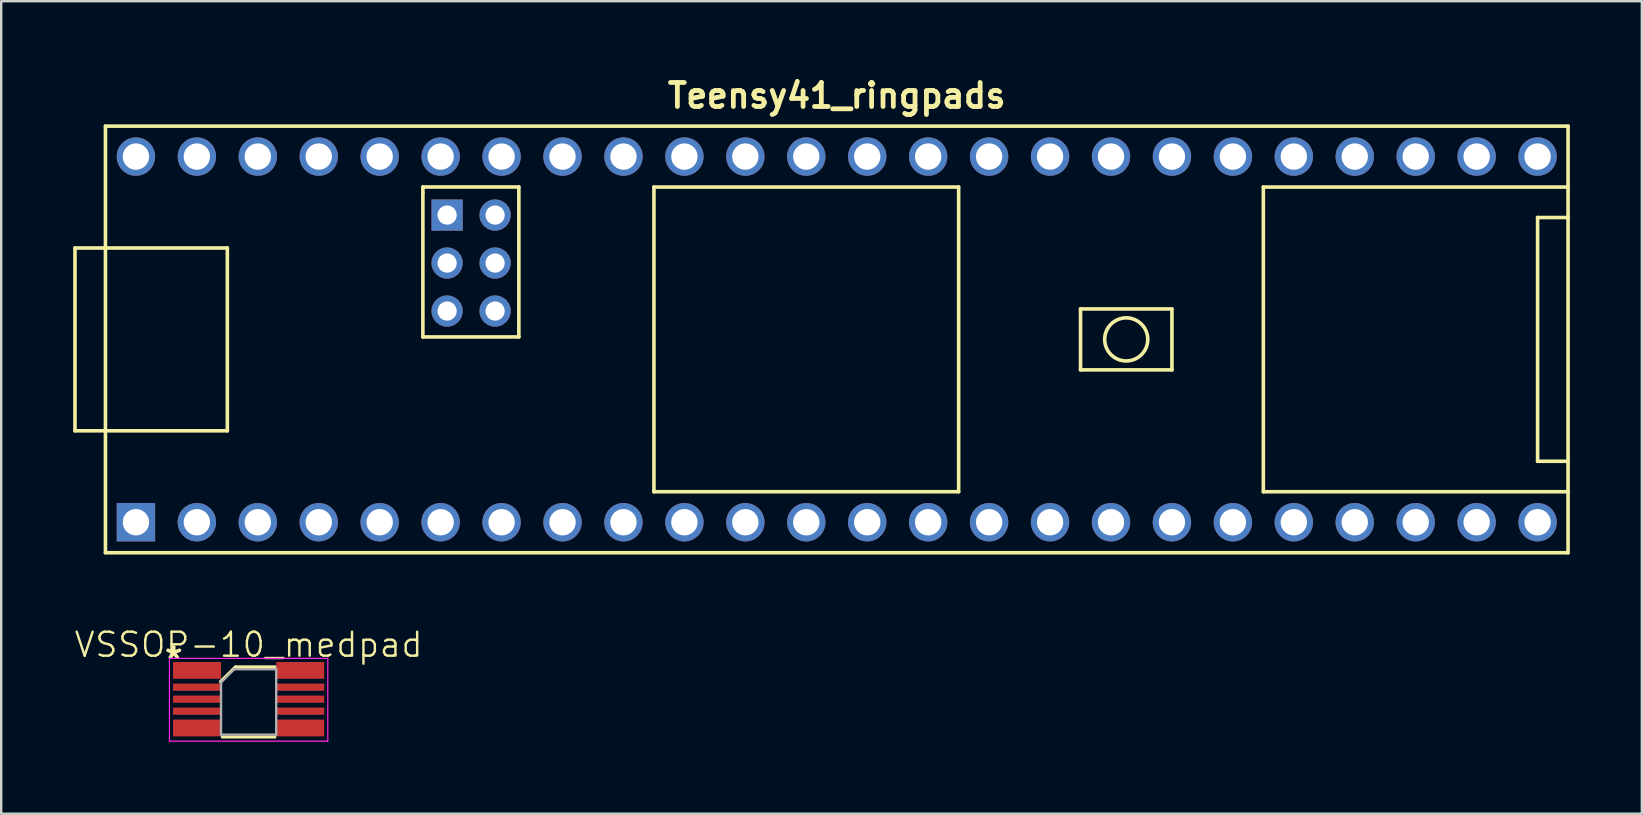
<source format=kicad_pcb>
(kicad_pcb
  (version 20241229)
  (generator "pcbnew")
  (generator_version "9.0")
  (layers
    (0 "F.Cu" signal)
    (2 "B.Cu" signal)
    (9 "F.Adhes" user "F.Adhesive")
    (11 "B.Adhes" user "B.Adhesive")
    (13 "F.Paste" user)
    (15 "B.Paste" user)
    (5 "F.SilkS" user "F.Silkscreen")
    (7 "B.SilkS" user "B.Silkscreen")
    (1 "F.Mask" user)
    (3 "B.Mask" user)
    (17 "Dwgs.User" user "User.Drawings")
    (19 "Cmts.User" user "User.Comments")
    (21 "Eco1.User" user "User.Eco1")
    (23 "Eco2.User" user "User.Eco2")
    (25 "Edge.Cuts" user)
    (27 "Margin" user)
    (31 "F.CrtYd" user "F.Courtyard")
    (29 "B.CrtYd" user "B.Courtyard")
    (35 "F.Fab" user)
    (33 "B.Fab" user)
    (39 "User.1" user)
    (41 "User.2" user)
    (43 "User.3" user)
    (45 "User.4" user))
  (footprint "VSSOP-10_medpad"
    (layer "F.Cu")
    (at 7.312 26.091)
    (property "Reference" "VSSOP-10_medpad" (at 0 -2.27 0) (unlocked yes) (layer "F.SilkS") (effects (font (size 1 1) (thickness 0.1) (bold yes))))
    (attr smd)
    (fp_line (start -1.18 -0.73) (end -0.55 -1.35) (stroke (width 0.12) (type solid)) (layer "F.SilkS"))
    (fp_line (start 1.1 -1.35) (end -0.55 -1.35) (stroke (width 0.12) (type solid)) (layer "F.SilkS"))
    (fp_line (start 1.1 1.58) (end -1.1 1.58) (stroke (width 0.12) (type solid)) (layer "F.SilkS"))
    (fp_line (start -3.3 -1.7) (end 3.3 -1.7) (stroke (width 0.05) (type solid)) (layer "F.CrtYd"))
    (fp_line (start -3.3 1.75) (end -3.3 -1.7) (stroke (width 0.05) (type solid)) (layer "F.CrtYd"))
    (fp_line (start 3.3 -1.7) (end 3.3 1.75) (stroke (width 0.05) (type solid)) (layer "F.CrtYd"))
    (fp_line (start 3.3 1.75) (end -3.3 1.75) (stroke (width 0.05) (type solid)) (layer "F.CrtYd"))
    (fp_line (start -1.15 1.48) (end -1.15 -0.7) (stroke (width 0.1) (type solid)) (layer "F.Fab"))
    (fp_line (start -0.6 -1.25) (end -1.15 -0.7) (stroke (width 0.1) (type solid)) (layer "F.Fab"))
    (fp_line (start -0.6 -1.25) (end 1.15 -1.25) (stroke (width 0.1) (type solid)) (layer "F.Fab"))
    (fp_line (start 1.15 -1.25) (end 1.15 1.48) (stroke (width 0.1) (type solid)) (layer "F.Fab"))
    (fp_line (start 1.15 1.48) (end -1.15 1.48) (stroke (width 0.1) (type solid)) (layer "F.Fab"))
    (fp_text user "*" (at -3.6 -1.05 0) (unlocked yes) (layer "F.SilkS") (effects (font (size 1 1) (thickness 0.15)) (justify left bottom)))
    (pad "1" smd rect (at -2.15 -1.2 270) (size 0.7 2) (layers "F.Cu" "F.Mask" "F.Paste"))
    (pad "2" smd rect (at -2.15 -0.5 270) (size 0.3 2) (layers "F.Cu" "F.Mask" "F.Paste"))
    (pad "3" smd rect (at -2.15 0 270) (size 0.3 2) (layers "F.Cu" "F.Mask" "F.Paste"))
    (pad "4" smd rect (at -2.15 0.5 270) (size 0.3 2) (layers "F.Cu" "F.Mask" "F.Paste"))
    (pad "5" smd rect (at -2.15 1.2 270) (size 0.7 2) (layers "F.Cu" "F.Mask" "F.Paste"))
    (pad "6" smd rect (at 2.15 1.2 270) (size 0.7 2) (layers "F.Cu" "F.Mask" "F.Paste"))
    (pad "7" smd rect (at 2.15 0.5 270) (size 0.3 2) (layers "F.Cu" "F.Mask" "F.Paste"))
    (pad "8" smd rect (at 2.15 0 270) (size 0.3 2) (layers "F.Cu" "F.Mask" "F.Paste"))
    (pad "9" smd rect (at 2.15 -0.5 270) (size 0.3 2) (layers "F.Cu" "F.Mask" "F.Paste"))
    (pad "10" smd rect (at 2.15 -1.2 270) (size 0.7 2) (layers "F.Cu" "F.Mask" "F.Paste")))
  (footprint "Teensy41_ringpads"
    (layer "F.Cu")
    (at 31.825 11.096)
    (property "Reference" "Teensy41_ringpads" (at 0 -10.16 0) (layer "F.SilkS") (effects (font (size 1 1) (thickness 0.2) (bold yes))))
    (attr through_hole)
    (fp_line (start -31.75 -3.81) (end -30.48 -3.81) (stroke (width 0.15) (type solid)) (layer "F.SilkS"))
    (fp_line (start -31.75 3.81) (end -31.75 -3.81) (stroke (width 0.15) (type solid)) (layer "F.SilkS"))
    (fp_line (start -30.48 -8.89) (end 30.48 -8.89) (stroke (width 0.15) (type solid)) (layer "F.SilkS"))
    (fp_line (start -30.48 3.81) (end -31.75 3.81) (stroke (width 0.15) (type solid)) (layer "F.SilkS"))
    (fp_line (start -30.48 8.89) (end -30.48 -8.89) (stroke (width 0.15) (type solid)) (layer "F.SilkS"))
    (fp_line (start -25.4 -3.81) (end -30.48 -3.81) (stroke (width 0.15) (type solid)) (layer "F.SilkS"))
    (fp_line (start -25.4 3.81) (end -30.48 3.81) (stroke (width 0.15) (type solid)) (layer "F.SilkS"))
    (fp_line (start -25.4 3.81) (end -25.4 -3.81) (stroke (width 0.15) (type solid)) (layer "F.SilkS"))
    (fp_line (start -17.25 -6.352) (end -17.25 -6.102) (stroke (width 0.15) (type solid)) (layer "F.SilkS"))
    (fp_line (start -17.25 -6.102) (end -17.25 -0.102) (stroke (width 0.15) (type solid)) (layer "F.SilkS"))
    (fp_line (start -17.25 -0.102) (end -13.25 -0.102) (stroke (width 0.15) (type solid)) (layer "F.SilkS"))
    (fp_line (start -13.25 -6.352) (end -17.25 -6.352) (stroke (width 0.15) (type solid)) (layer "F.SilkS"))
    (fp_line (start -13.25 -0.102) (end -13.25 -6.352) (stroke (width 0.15) (type solid)) (layer "F.SilkS"))
    (fp_line (start -7.62 -6.35) (end -7.62 6.35) (stroke (width 0.15) (type solid)) (layer "F.SilkS"))
    (fp_line (start -7.62 6.35) (end 5.08 6.35) (stroke (width 0.15) (type solid)) (layer "F.SilkS"))
    (fp_line (start 5.08 -6.35) (end -7.62 -6.35) (stroke (width 0.15) (type solid)) (layer "F.SilkS"))
    (fp_line (start 5.08 6.35) (end 5.08 -6.35) (stroke (width 0.15) (type solid)) (layer "F.SilkS"))
    (fp_line (start 10.16 -1.27) (end 13.97 -1.27) (stroke (width 0.15) (type solid)) (layer "F.SilkS"))
    (fp_line (start 10.16 1.27) (end 10.16 -1.27) (stroke (width 0.15) (type solid)) (layer "F.SilkS"))
    (fp_line (start 13.97 -1.27) (end 13.97 1.27) (stroke (width 0.15) (type solid)) (layer "F.SilkS"))
    (fp_line (start 13.97 1.27) (end 10.16 1.27) (stroke (width 0.15) (type solid)) (layer "F.SilkS"))
    (fp_line (start 17.78 -6.35) (end 17.78 6.35) (stroke (width 0.15) (type solid)) (layer "F.SilkS"))
    (fp_line (start 17.78 6.35) (end 30.48 6.35) (stroke (width 0.15) (type solid)) (layer "F.SilkS"))
    (fp_line (start 29.21 -5.08) (end 29.21 5.08) (stroke (width 0.15) (type solid)) (layer "F.SilkS"))
    (fp_line (start 29.21 5.08) (end 30.48 5.08) (stroke (width 0.15) (type solid)) (layer "F.SilkS"))
    (fp_line (start 30.48 -8.89) (end 30.48 8.89) (stroke (width 0.15) (type solid)) (layer "F.SilkS"))
    (fp_line (start 30.48 -6.35) (end 17.78 -6.35) (stroke (width 0.15) (type solid)) (layer "F.SilkS"))
    (fp_line (start 30.48 -5.08) (end 29.21 -5.08) (stroke (width 0.15) (type solid)) (layer "F.SilkS"))
    (fp_line (start 30.48 8.89) (end -30.48 8.89) (stroke (width 0.15) (type solid)) (layer "F.SilkS"))
    (fp_circle (center 12.065 0) (end 12.7 -0.635) (stroke (width 0.15) (type solid)) (fill no) (layer "F.SilkS"))
    (pad "1" thru_hole rect (at -29.21 7.62) (size 1.6 1.6) (drill 1.1) (layers "*.Cu" "*.Mask"))
    (pad "2" thru_hole circle (at -26.67 7.62) (size 1.6 1.6) (drill 1.1) (layers "*.Cu" "*.Mask"))
    (pad "3" thru_hole circle (at -24.13 7.62) (size 1.6 1.6) (drill 1.1) (layers "*.Cu" "*.Mask"))
    (pad "4" thru_hole circle (at -21.59 7.62) (size 1.6 1.6) (drill 1.1) (layers "*.Cu" "*.Mask"))
    (pad "5" thru_hole circle (at -19.05 7.62) (size 1.6 1.6) (drill 1.1) (layers "*.Cu" "*.Mask"))
    (pad "6" thru_hole circle (at -16.51 7.62) (size 1.6 1.6) (drill 1.1) (layers "*.Cu" "*.Mask"))
    (pad "7" thru_hole circle (at -13.97 7.62) (size 1.6 1.6) (drill 1.1) (layers "*.Cu" "*.Mask"))
    (pad "8" thru_hole circle (at -11.43 7.62) (size 1.6 1.6) (drill 1.1) (layers "*.Cu" "*.Mask"))
    (pad "9" thru_hole circle (at -8.89 7.62) (size 1.6 1.6) (drill 1.1) (layers "*.Cu" "*.Mask"))
    (pad "10" thru_hole circle (at -6.35 7.62) (size 1.6 1.6) (drill 1.1) (layers "*.Cu" "*.Mask"))
    (pad "11" thru_hole circle (at -3.81 7.62) (size 1.6 1.6) (drill 1.1) (layers "*.Cu" "*.Mask"))
    (pad "12" thru_hole circle (at -1.27 7.62) (size 1.6 1.6) (drill 1.1) (layers "*.Cu" "*.Mask"))
    (pad "13" thru_hole circle (at 1.27 7.62) (size 1.6 1.6) (drill 1.1) (layers "*.Cu" "*.Mask"))
    (pad "14" thru_hole circle (at 3.81 7.62) (size 1.6 1.6) (drill 1.1) (layers "*.Cu" "*.Mask"))
    (pad "15" thru_hole circle (at 6.35 7.62) (size 1.6 1.6) (drill 1.1) (layers "*.Cu" "*.Mask"))
    (pad "16" thru_hole circle (at 8.89 7.62) (size 1.6 1.6) (drill 1.1) (layers "*.Cu" "*.Mask"))
    (pad "17" thru_hole circle (at 11.43 7.62) (size 1.6 1.6) (drill 1.1) (layers "*.Cu" "*.Mask"))
    (pad "18" thru_hole circle (at 13.97 7.62) (size 1.6 1.6) (drill 1.1) (layers "*.Cu" "*.Mask"))
    (pad "19" thru_hole circle (at 16.51 7.62) (size 1.6 1.6) (drill 1.1) (layers "*.Cu" "*.Mask"))
    (pad "20" thru_hole circle (at 19.05 7.62) (size 1.6 1.6) (drill 1.1) (layers "*.Cu" "*.Mask"))
    (pad "21" thru_hole circle (at 21.59 7.62) (size 1.6 1.6) (drill 1.1) (layers "*.Cu" "*.Mask"))
    (pad "22" thru_hole circle (at 24.13 7.62) (size 1.6 1.6) (drill 1.1) (layers "*.Cu" "*.Mask"))
    (pad "23" thru_hole circle (at 26.67 7.62) (size 1.6 1.6) (drill 1.1) (layers "*.Cu" "*.Mask"))
    (pad "24" thru_hole circle (at 29.21 7.62) (size 1.6 1.6) (drill 1.1) (layers "*.Cu" "*.Mask"))
    (pad "25" thru_hole circle (at -14.24 -5.182) (size 1.3 1.3) (drill 0.8) (layers "*.Cu" "*.Mask"))
    (pad "26" thru_hole rect (at -16.24 -5.182) (size 1.3 1.3) (drill 0.8) (layers "*.Cu" "*.Mask"))
    (pad "27" thru_hole circle (at -16.24 -3.182) (size 1.3 1.3) (drill 0.8) (layers "*.Cu" "*.Mask"))
    (pad "28" thru_hole circle (at -14.24 -3.182) (size 1.3 1.3) (drill 0.8) (layers "*.Cu" "*.Mask"))
    (pad "29" thru_hole circle (at -16.24 -1.182) (size 1.3 1.3) (drill 0.8) (layers "*.Cu" "*.Mask"))
    (pad "30" thru_hole circle (at -14.24 -1.182) (size 1.3 1.3) (drill 0.8) (layers "*.Cu" "*.Mask"))
    (pad "31" thru_hole circle (at 29.21 -7.62) (size 1.6 1.6) (drill 1.1) (layers "*.Cu" "*.Mask"))
    (pad "32" thru_hole circle (at 26.67 -7.62) (size 1.6 1.6) (drill 1.1) (layers "*.Cu" "*.Mask"))
    (pad "33" thru_hole circle (at 24.13 -7.62) (size 1.6 1.6) (drill 1.1) (layers "*.Cu" "*.Mask"))
    (pad "34" thru_hole circle (at 21.59 -7.62) (size 1.6 1.6) (drill 1.1) (layers "*.Cu" "*.Mask"))
    (pad "35" thru_hole circle (at 19.05 -7.62) (size 1.6 1.6) (drill 1.1) (layers "*.Cu" "*.Mask"))
    (pad "36" thru_hole circle (at 16.51 -7.62) (size 1.6 1.6) (drill 1.1) (layers "*.Cu" "*.Mask"))
    (pad "37" thru_hole circle (at 13.97 -7.62) (size 1.6 1.6) (drill 1.1) (layers "*.Cu" "*.Mask"))
    (pad "38" thru_hole circle (at 11.43 -7.62) (size 1.6 1.6) (drill 1.1) (layers "*.Cu" "*.Mask"))
    (pad "39" thru_hole circle (at 8.89 -7.62) (size 1.6 1.6) (drill 1.1) (layers "*.Cu" "*.Mask"))
    (pad "40" thru_hole circle (at 6.35 -7.62) (size 1.6 1.6) (drill 1.1) (layers "*.Cu" "*.Mask"))
    (pad "41" thru_hole circle (at 3.81 -7.62) (size 1.6 1.6) (drill 1.1) (layers "*.Cu" "*.Mask"))
    (pad "42" thru_hole circle (at 1.27 -7.62) (size 1.6 1.6) (drill 1.1) (layers "*.Cu" "*.Mask"))
    (pad "43" thru_hole circle (at -1.27 -7.62) (size 1.6 1.6) (drill 1.1) (layers "*.Cu" "*.Mask"))
    (pad "44" thru_hole circle (at -3.81 -7.62) (size 1.6 1.6) (drill 1.1) (layers "*.Cu" "*.Mask"))
    (pad "45" thru_hole circle (at -6.35 -7.62) (size 1.6 1.6) (drill 1.1) (layers "*.Cu" "*.Mask"))
    (pad "46" thru_hole circle (at -8.89 -7.62) (size 1.6 1.6) (drill 1.1) (layers "*.Cu" "*.Mask"))
    (pad "47" thru_hole circle (at -11.43 -7.62) (size 1.6 1.6) (drill 1.1) (layers "*.Cu" "*.Mask"))
    (pad "48" thru_hole circle (at -13.97 -7.62) (size 1.6 1.6) (drill 1.1) (layers "*.Cu" "*.Mask"))
    (pad "49" thru_hole circle (at -16.51 -7.62) (size 1.6 1.6) (drill 1.1) (layers "*.Cu" "*.Mask"))
    (pad "50" thru_hole circle (at -19.05 -7.62) (size 1.6 1.6) (drill 1.1) (layers "*.Cu" "*.Mask"))
    (pad "51" thru_hole circle (at -21.59 -7.62) (size 1.6 1.6) (drill 1.1) (layers "*.Cu" "*.Mask"))
    (pad "52" thru_hole circle (at -24.13 -7.62) (size 1.6 1.6) (drill 1.1) (layers "*.Cu" "*.Mask"))
    (pad "53" thru_hole circle (at -26.67 -7.62) (size 1.6 1.6) (drill 1.1) (layers "*.Cu" "*.Mask"))
    (pad "54" thru_hole circle (at -29.21 -7.62) (size 1.6 1.6) (drill 1.1) (layers "*.Cu" "*.Mask")))
  (gr_rect
    (start -3 -3)
    (end 65.38 30.866)
    (stroke (width 0.1) (type default))
    (fill no)
    (layer "Edge.Cuts")))
</source>
